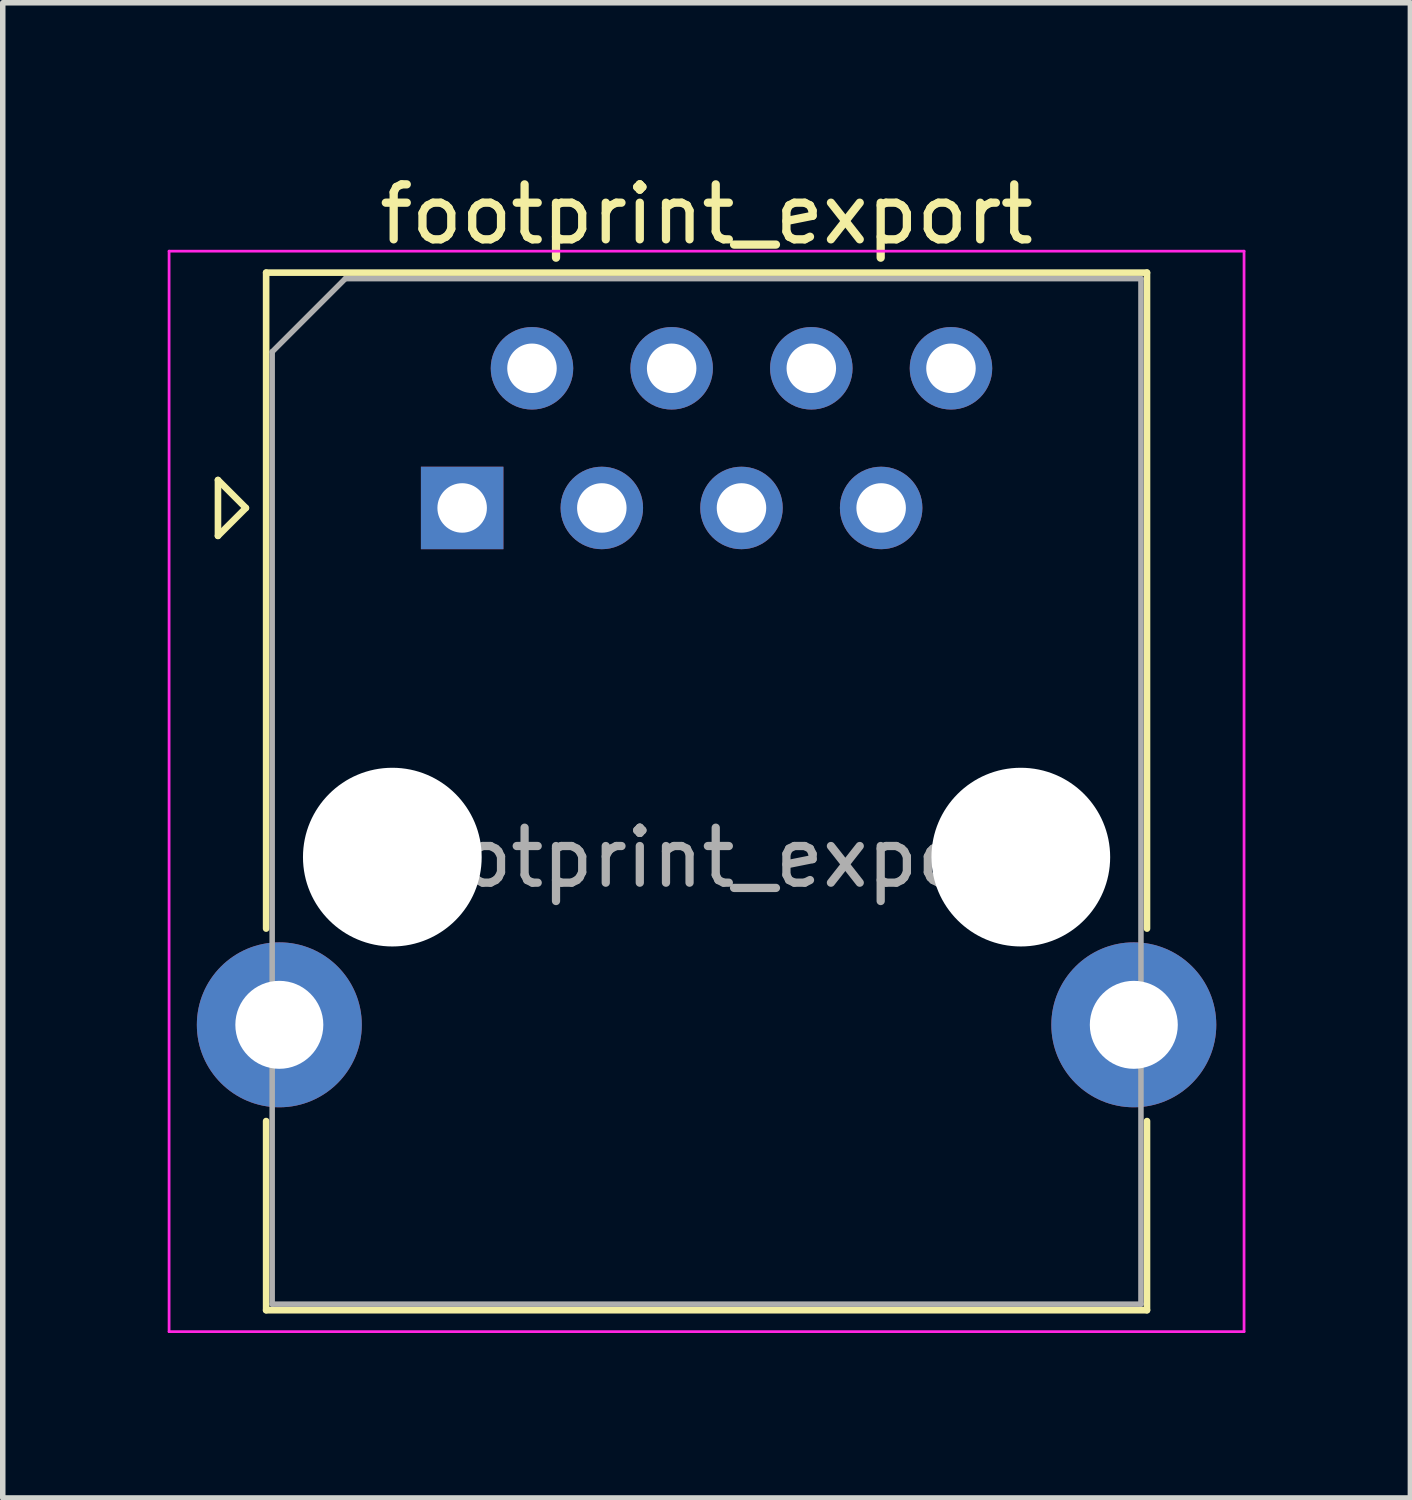
<source format=kicad_pcb>
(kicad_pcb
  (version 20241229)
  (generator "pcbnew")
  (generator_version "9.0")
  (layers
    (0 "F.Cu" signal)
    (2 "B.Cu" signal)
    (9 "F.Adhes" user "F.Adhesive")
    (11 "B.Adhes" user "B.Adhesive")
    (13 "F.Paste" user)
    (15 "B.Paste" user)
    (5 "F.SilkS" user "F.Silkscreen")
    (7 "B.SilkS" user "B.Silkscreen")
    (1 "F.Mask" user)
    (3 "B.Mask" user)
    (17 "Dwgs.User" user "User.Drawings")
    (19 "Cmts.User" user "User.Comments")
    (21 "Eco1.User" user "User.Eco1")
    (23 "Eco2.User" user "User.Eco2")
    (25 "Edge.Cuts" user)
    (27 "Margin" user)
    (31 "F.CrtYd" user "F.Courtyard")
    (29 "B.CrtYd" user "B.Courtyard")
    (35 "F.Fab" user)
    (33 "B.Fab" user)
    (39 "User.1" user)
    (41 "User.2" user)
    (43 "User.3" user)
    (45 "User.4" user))
  (footprint "footprint_export"
    (layer "F.Cu")
    (at 5.355 6.188)
    (property "Reference" "footprint_export" (at 4.445 -5.34 0) (layer "F.SilkS") (effects (font (size 1 1) (thickness 0.15))))
    (attr through_hole)
    (fp_line (start -4.441 -0.508) (end -4.441 0.508) (stroke (width 0.12) (type solid)) (layer "F.SilkS"))
    (fp_line (start -4.441 0.508) (end -3.933 0) (stroke (width 0.12) (type solid)) (layer "F.SilkS"))
    (fp_line (start -3.933 0) (end -4.441 -0.508) (stroke (width 0.12) (type solid)) (layer "F.SilkS"))
    (fp_line (start -3.565 -4.28) (end -3.565 7.65) (stroke (width 0.12) (type solid)) (layer "F.SilkS"))
    (fp_line (start -3.565 11.15) (end -3.565 14.59) (stroke (width 0.12) (type solid)) (layer "F.SilkS"))
    (fp_line (start 12.455 -4.28) (end -3.565 -4.28) (stroke (width 0.12) (type solid)) (layer "F.SilkS"))
    (fp_line (start 12.455 -4.28) (end 12.455 7.65) (stroke (width 0.12) (type solid)) (layer "F.SilkS"))
    (fp_line (start 12.455 11.15) (end 12.455 14.59) (stroke (width 0.12) (type solid)) (layer "F.SilkS"))
    (fp_line (start 12.455 14.59) (end -3.565 14.59) (stroke (width 0.12) (type solid)) (layer "F.SilkS"))
    (fp_line (start -5.33 -4.67) (end 14.22 -4.67) (stroke (width 0.05) (type solid)) (layer "F.CrtYd"))
    (fp_line (start -5.33 14.98) (end -5.33 -4.67) (stroke (width 0.05) (type solid)) (layer "F.CrtYd"))
    (fp_line (start 14.22 -4.67) (end 14.22 14.98) (stroke (width 0.05) (type solid)) (layer "F.CrtYd"))
    (fp_line (start 14.22 14.98) (end -5.33 14.98) (stroke (width 0.05) (type solid)) (layer "F.CrtYd"))
    (fp_line (start -3.455 -2.84) (end -3.455 14.48) (stroke (width 0.1) (type solid)) (layer "F.Fab"))
    (fp_line (start -3.455 -2.84) (end -2.125 -4.17) (stroke (width 0.1) (type solid)) (layer "F.Fab"))
    (fp_line (start 12.345 -4.17) (end -2.125 -4.17) (stroke (width 0.1) (type solid)) (layer "F.Fab"))
    (fp_line (start 12.345 14.48) (end -3.455 14.48) (stroke (width 0.1) (type solid)) (layer "F.Fab"))
    (fp_line (start 12.345 14.48) (end 12.345 -4.17) (stroke (width 0.1) (type solid)) (layer "F.Fab"))
    (fp_text user "${REFERENCE}" (at 4.445 6.36 0) (layer "F.Fab") (effects (font (size 1 1) (thickness 0.15))))
    (pad "" np_thru_hole circle (at -1.27 6.35) (size 3.25 3.25) (drill 3.25) (layers "*.Cu" "*.Mask"))
    (pad "" np_thru_hole circle (at 10.16 6.35 180) (size 3.25 3.25) (drill 3.25) (layers "*.Cu" "*.Mask"))
    (pad "1" thru_hole rect (at 0 0 180) (size 1.5 1.5) (drill 0.9) (layers "*.Cu" "*.Mask"))
    (pad "2" thru_hole circle (at 1.27 -2.54 180) (size 1.5 1.5) (drill 0.9) (layers "*.Cu" "*.Mask"))
    (pad "3" thru_hole circle (at 2.54 0 180) (size 1.5 1.5) (drill 0.9) (layers "*.Cu" "*.Mask"))
    (pad "4" thru_hole circle (at 3.81 -2.54 180) (size 1.5 1.5) (drill 0.9) (layers "*.Cu" "*.Mask"))
    (pad "5" thru_hole circle (at 5.08 0 180) (size 1.5 1.5) (drill 0.9) (layers "*.Cu" "*.Mask"))
    (pad "6" thru_hole circle (at 6.35 -2.54 180) (size 1.5 1.5) (drill 0.9) (layers "*.Cu" "*.Mask"))
    (pad "7" thru_hole circle (at 7.62 0 180) (size 1.5 1.5) (drill 0.9) (layers "*.Cu" "*.Mask"))
    (pad "8" thru_hole circle (at 8.89 -2.54 180) (size 1.5 1.5) (drill 0.9) (layers "*.Cu" "*.Mask"))
    (pad "SH" thru_hole circle (at -3.325 9.4) (size 3 3) (drill 1.6) (layers "*.Cu" "*.Mask"))
    (pad "SH" thru_hole circle (at 12.215 9.4 180) (size 3 3) (drill 1.6) (layers "*.Cu" "*.Mask")))
  (gr_rect
    (start -3 -3)
    (end 22.6 24.193)
    (stroke (width 0.1) (type default))
    (fill no)
    (layer "Edge.Cuts")))
</source>
